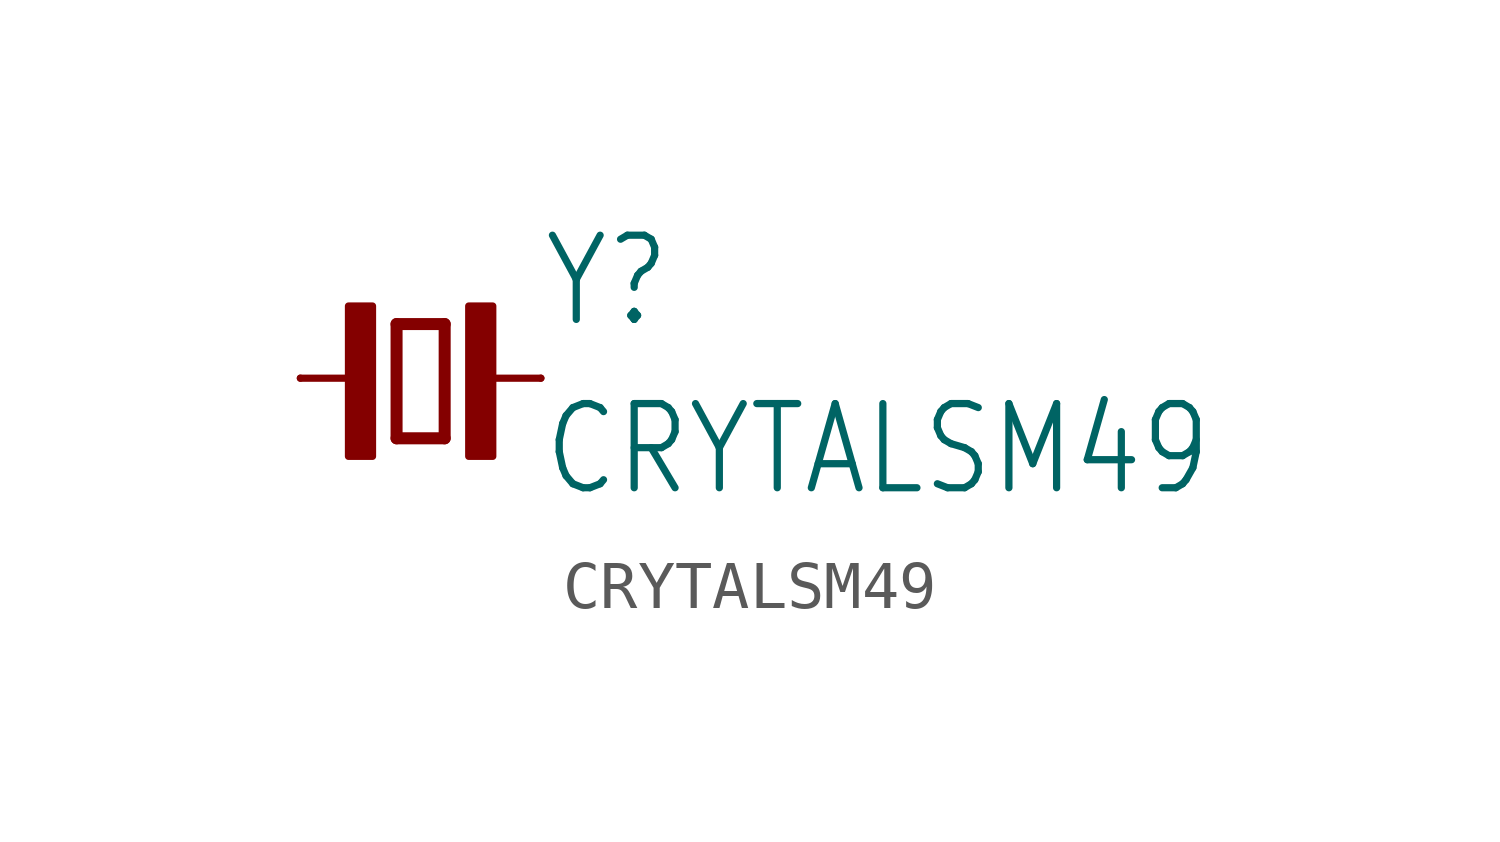
<source format=kicad_sym>
(kicad_symbol_lib
  (version 20211014)
  (generator kicad_symbol_editor)
  (symbol "CRYTALSM49"
    (property "Reference" "Y"
      (at 2.54 1.016 0)
      (effects (font (size 1.778 1.511)) (justify left bottom)))
    (property "Value" "CRYTALSM49"
      (at 2.54 -2.54 0)
      (effects (font (size 1.778 1.511)) (justify left bottom)))
    (property "ki_locked" ""
      (at 0 0 0)
      (effects (font (size 1.27 1.27))))
    (symbol "CRYTALSM49_1_0"
      (rectangle (start -1.524 -1.651) (end -1.016 1.524) (stroke (width 0) (type default) (color 0 0 0 0)) (fill (type outline)))
      (polyline (pts (xy -2.54 0) (xy -1.143 0)) (stroke (width 0.152) (type default) (color 0 0 0 0)) (fill (type none)))
      (polyline (pts (xy -0.508 -1.27) (xy 0.508 -1.27)) (stroke (width 0.254) (type default) (color 0 0 0 0)) (fill (type none)))
      (polyline (pts (xy -0.508 1.143) (xy -0.508 -1.27)) (stroke (width 0.254) (type default) (color 0 0 0 0)) (fill (type none)))
      (polyline (pts (xy 0.508 -1.27) (xy 0.508 1.143)) (stroke (width 0.254) (type default) (color 0 0 0 0)) (fill (type none)))
      (polyline (pts (xy 0.508 1.143) (xy -0.508 1.143)) (stroke (width 0.254) (type default) (color 0 0 0 0)) (fill (type none)))
      (polyline (pts (xy 1.143 0) (xy 2.54 0)) (stroke (width 0.152) (type default) (color 0 0 0 0)) (fill (type none)))
      (rectangle (start 1.016 -1.651) (end 1.524 1.524) (stroke (width 0) (type default) (color 0 0 0 0)) (fill (type outline)))
      (pin passive line (at -2.54 0 0) (length 0) (name "1" (effects (font (size 0 0)))) (number "1" (effects (font (size 0 0)))))
      (pin passive line (at 2.54 0 180) (length 0) (name "2" (effects (font (size 0 0)))) (number "2" (effects (font (size 0 0))))))))
</source>
